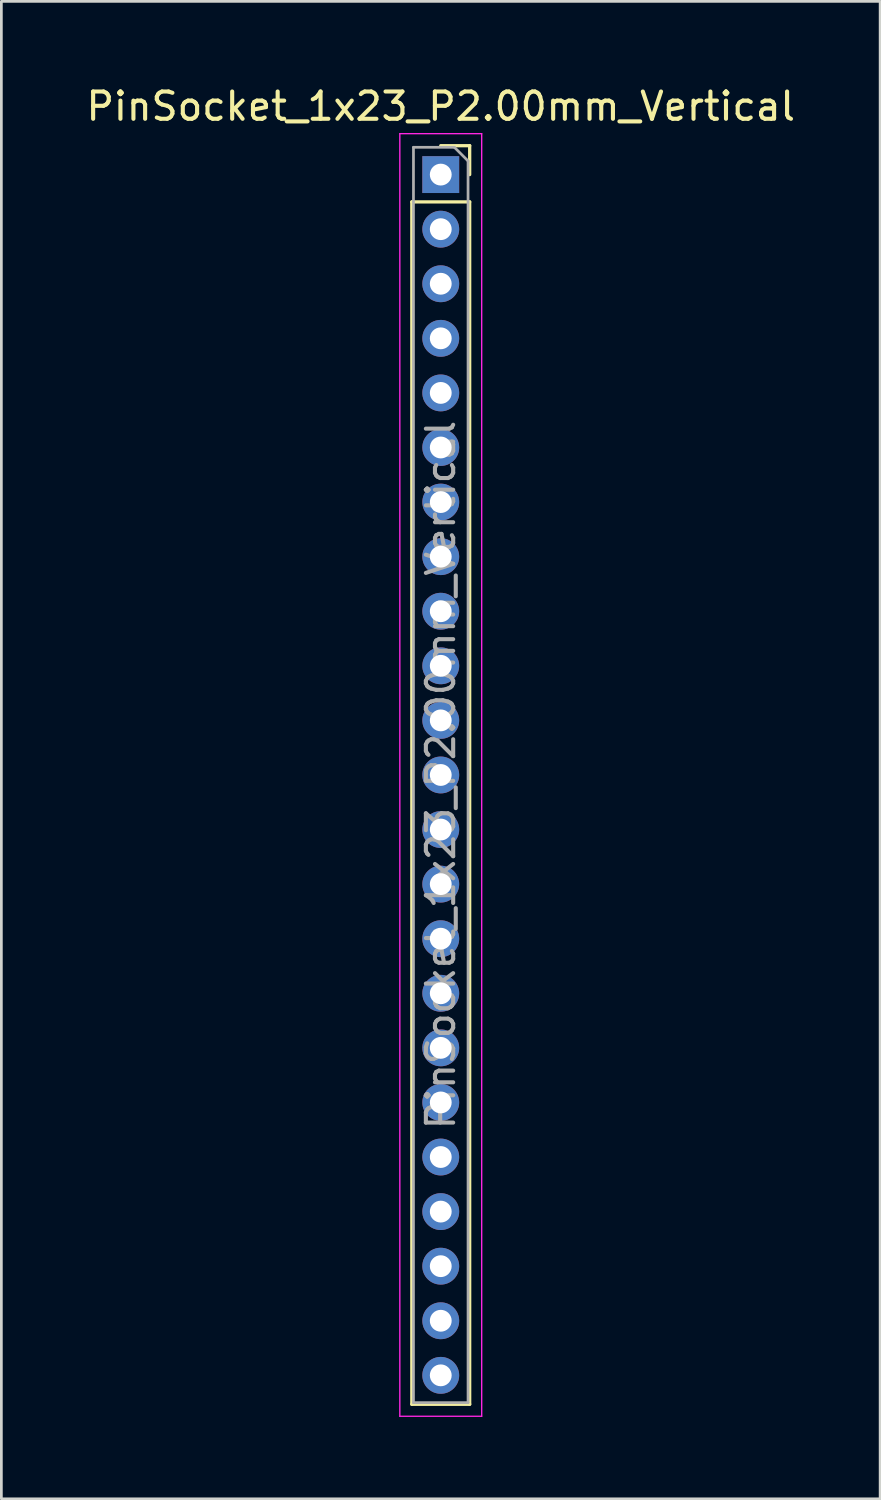
<source format=kicad_pcb>
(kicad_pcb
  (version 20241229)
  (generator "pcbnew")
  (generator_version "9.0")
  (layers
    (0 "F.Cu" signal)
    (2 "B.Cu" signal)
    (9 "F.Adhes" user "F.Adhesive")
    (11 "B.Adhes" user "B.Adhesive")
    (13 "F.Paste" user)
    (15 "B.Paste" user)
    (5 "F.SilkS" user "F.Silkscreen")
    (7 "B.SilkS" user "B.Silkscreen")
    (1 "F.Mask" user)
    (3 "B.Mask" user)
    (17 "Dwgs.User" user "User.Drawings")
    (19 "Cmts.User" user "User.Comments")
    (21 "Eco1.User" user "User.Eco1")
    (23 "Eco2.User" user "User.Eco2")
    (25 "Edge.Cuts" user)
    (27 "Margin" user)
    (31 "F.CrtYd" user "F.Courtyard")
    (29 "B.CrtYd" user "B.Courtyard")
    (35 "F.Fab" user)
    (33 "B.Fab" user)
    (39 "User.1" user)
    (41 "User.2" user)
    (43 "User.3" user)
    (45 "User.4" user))
  (footprint "PinSocket_1x23_P2.00mm_Vertical"
    (layer "F.Cu")
    (at 13.101 3.348)
    (property "Reference" "PinSocket_1x23_P2.00mm_Vertical" (at 0 -2.5 0) (layer "F.SilkS") (effects (font (size 1 1) (thickness 0.15))))
    (attr through_hole)
    (fp_line (start -1.06 1) (end -1.06 45.06) (stroke (width 0.12) (type solid)) (layer "F.SilkS"))
    (fp_line (start -1.06 1) (end 1.06 1) (stroke (width 0.12) (type solid)) (layer "F.SilkS"))
    (fp_line (start -1.06 45.06) (end 1.06 45.06) (stroke (width 0.12) (type solid)) (layer "F.SilkS"))
    (fp_line (start 0 -1.06) (end 1.06 -1.06) (stroke (width 0.12) (type solid)) (layer "F.SilkS"))
    (fp_line (start 1.06 -1.06) (end 1.06 0) (stroke (width 0.12) (type solid)) (layer "F.SilkS"))
    (fp_line (start 1.06 1) (end 1.06 45.06) (stroke (width 0.12) (type solid)) (layer "F.SilkS"))
    (fp_line (start -1.5 -1.5) (end 1.5 -1.5) (stroke (width 0.05) (type solid)) (layer "F.CrtYd"))
    (fp_line (start -1.5 45.5) (end -1.5 -1.5) (stroke (width 0.05) (type solid)) (layer "F.CrtYd"))
    (fp_line (start 1.5 -1.5) (end 1.5 45.5) (stroke (width 0.05) (type solid)) (layer "F.CrtYd"))
    (fp_line (start 1.5 45.5) (end -1.5 45.5) (stroke (width 0.05) (type solid)) (layer "F.CrtYd"))
    (fp_line (start -1 -1) (end 0.5 -1) (stroke (width 0.1) (type solid)) (layer "F.Fab"))
    (fp_line (start -1 45) (end -1 -1) (stroke (width 0.1) (type solid)) (layer "F.Fab"))
    (fp_line (start 0.5 -1) (end 1 -0.5) (stroke (width 0.1) (type solid)) (layer "F.Fab"))
    (fp_line (start 1 -0.5) (end 1 45) (stroke (width 0.1) (type solid)) (layer "F.Fab"))
    (fp_line (start 1 45) (end -1 45) (stroke (width 0.1) (type solid)) (layer "F.Fab"))
    (fp_text user "${REFERENCE}" (at 0 22 90) (layer "F.Fab") (effects (font (size 1 1) (thickness 0.15))))
    (pad "1" thru_hole rect (at 0 0) (size 1.35 1.35) (drill 0.8) (layers "*.Cu" "*.Mask"))
    (pad "2" thru_hole oval (at 0 2) (size 1.35 1.35) (drill 0.8) (layers "*.Cu" "*.Mask"))
    (pad "3" thru_hole oval (at 0 4) (size 1.35 1.35) (drill 0.8) (layers "*.Cu" "*.Mask"))
    (pad "4" thru_hole oval (at 0 6) (size 1.35 1.35) (drill 0.8) (layers "*.Cu" "*.Mask"))
    (pad "5" thru_hole oval (at 0 8) (size 1.35 1.35) (drill 0.8) (layers "*.Cu" "*.Mask"))
    (pad "6" thru_hole oval (at 0 10) (size 1.35 1.35) (drill 0.8) (layers "*.Cu" "*.Mask"))
    (pad "7" thru_hole oval (at 0 12) (size 1.35 1.35) (drill 0.8) (layers "*.Cu" "*.Mask"))
    (pad "8" thru_hole oval (at 0 14) (size 1.35 1.35) (drill 0.8) (layers "*.Cu" "*.Mask"))
    (pad "9" thru_hole oval (at 0 16) (size 1.35 1.35) (drill 0.8) (layers "*.Cu" "*.Mask"))
    (pad "10" thru_hole oval (at 0 18) (size 1.35 1.35) (drill 0.8) (layers "*.Cu" "*.Mask"))
    (pad "11" thru_hole oval (at 0 20) (size 1.35 1.35) (drill 0.8) (layers "*.Cu" "*.Mask"))
    (pad "12" thru_hole oval (at 0 22) (size 1.35 1.35) (drill 0.8) (layers "*.Cu" "*.Mask"))
    (pad "13" thru_hole oval (at 0 24) (size 1.35 1.35) (drill 0.8) (layers "*.Cu" "*.Mask"))
    (pad "14" thru_hole oval (at 0 26) (size 1.35 1.35) (drill 0.8) (layers "*.Cu" "*.Mask"))
    (pad "15" thru_hole oval (at 0 28) (size 1.35 1.35) (drill 0.8) (layers "*.Cu" "*.Mask"))
    (pad "16" thru_hole oval (at 0 30) (size 1.35 1.35) (drill 0.8) (layers "*.Cu" "*.Mask"))
    (pad "17" thru_hole oval (at 0 32) (size 1.35 1.35) (drill 0.8) (layers "*.Cu" "*.Mask"))
    (pad "18" thru_hole oval (at 0 34) (size 1.35 1.35) (drill 0.8) (layers "*.Cu" "*.Mask"))
    (pad "19" thru_hole oval (at 0 36) (size 1.35 1.35) (drill 0.8) (layers "*.Cu" "*.Mask"))
    (pad "20" thru_hole oval (at 0 38) (size 1.35 1.35) (drill 0.8) (layers "*.Cu" "*.Mask"))
    (pad "21" thru_hole oval (at 0 40) (size 1.35 1.35) (drill 0.8) (layers "*.Cu" "*.Mask"))
    (pad "22" thru_hole oval (at 0 42) (size 1.35 1.35) (drill 0.8) (layers "*.Cu" "*.Mask"))
    (pad "23" thru_hole oval (at 0 44) (size 1.35 1.35) (drill 0.8) (layers "*.Cu" "*.Mask")))
  (gr_rect
    (start -3 -3)
    (end 29.202 51.873)
    (stroke (width 0.1) (type default))
    (fill no)
    (layer "Edge.Cuts")))
</source>
